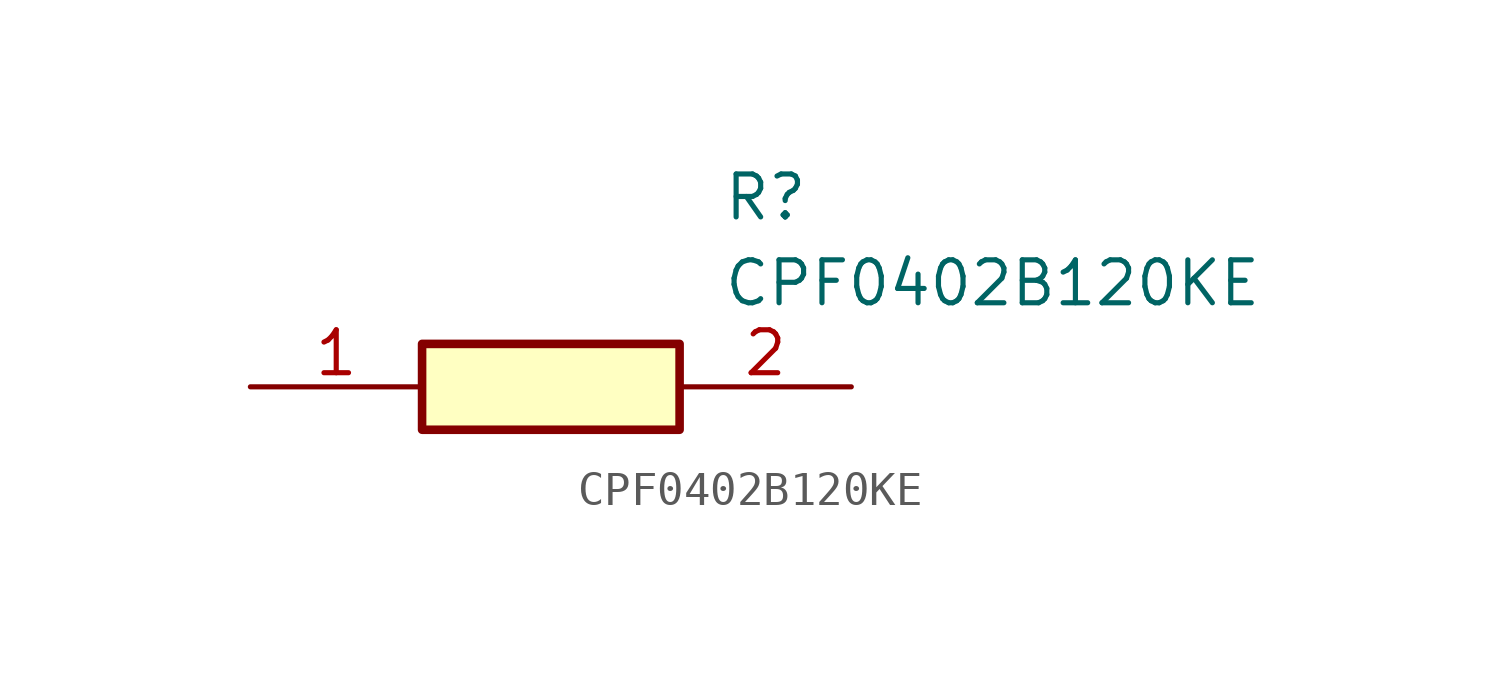
<source format=kicad_sym>
(kicad_symbol_lib
  (version 20211014)
  (generator SamacSys_ECAD_Model)
  (symbol "CPF0402B120KE"
    (pin_names hide)
    (property "Reference" "R"
      (at 13.97 6.35 0)
      (effects (font (size 1.27 1.27)) (justify left top)))
    (property "Value" "CPF0402B120KE"
      (at 13.97 3.81 0)
      (effects (font (size 1.27 1.27)) (justify left top)))
    (rectangle
      (start 5.08 1.27)
      (end 12.7 -1.27)
      (stroke (width 0.254) (type default))
      (fill (type background)))
    (pin passive line
      (at 0 0 0)
      (length 5.08)
      (name "1" (effects (font (size 1.27 1.27))))
      (number "1" (effects (font (size 1.27 1.27)))))
    (pin passive line
      (at 17.78 0 180)
      (length 5.08)
      (name "2" (effects (font (size 1.27 1.27))))
      (number "2" (effects (font (size 1.27 1.27)))))))
</source>
